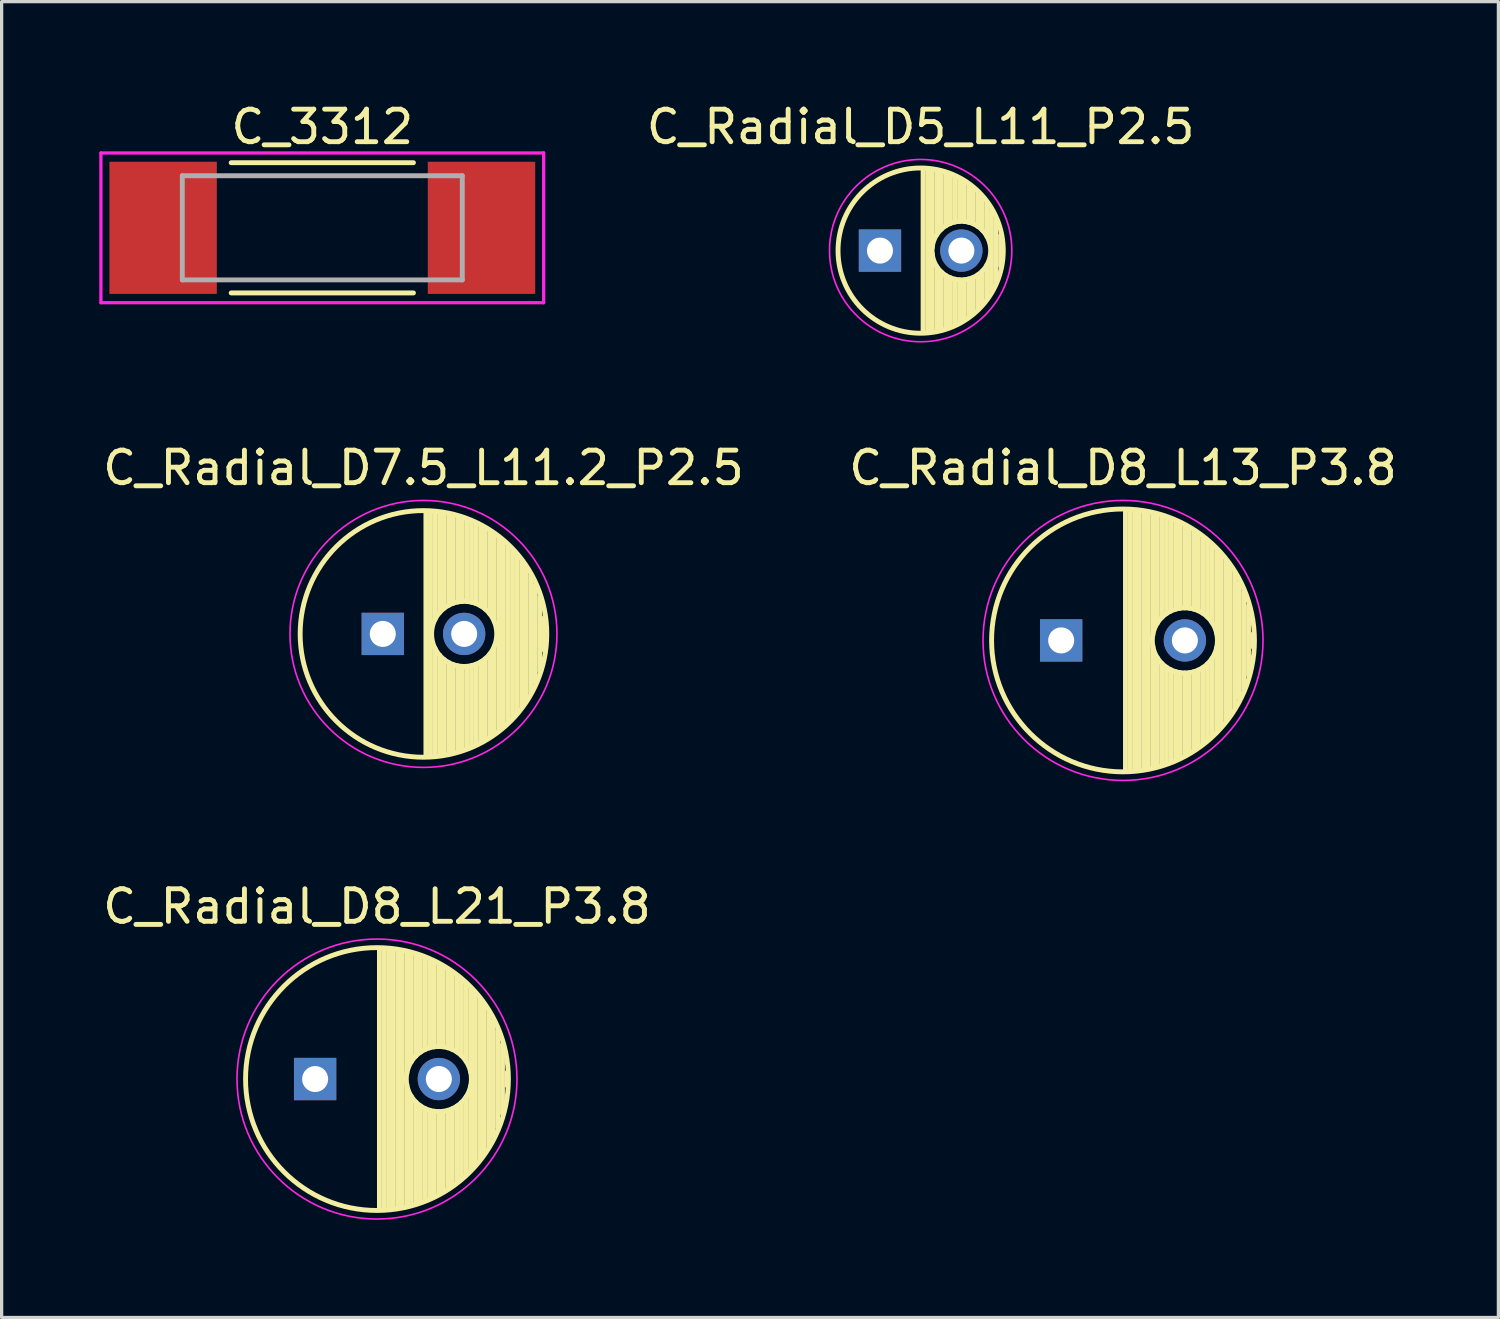
<source format=kicad_pcb>
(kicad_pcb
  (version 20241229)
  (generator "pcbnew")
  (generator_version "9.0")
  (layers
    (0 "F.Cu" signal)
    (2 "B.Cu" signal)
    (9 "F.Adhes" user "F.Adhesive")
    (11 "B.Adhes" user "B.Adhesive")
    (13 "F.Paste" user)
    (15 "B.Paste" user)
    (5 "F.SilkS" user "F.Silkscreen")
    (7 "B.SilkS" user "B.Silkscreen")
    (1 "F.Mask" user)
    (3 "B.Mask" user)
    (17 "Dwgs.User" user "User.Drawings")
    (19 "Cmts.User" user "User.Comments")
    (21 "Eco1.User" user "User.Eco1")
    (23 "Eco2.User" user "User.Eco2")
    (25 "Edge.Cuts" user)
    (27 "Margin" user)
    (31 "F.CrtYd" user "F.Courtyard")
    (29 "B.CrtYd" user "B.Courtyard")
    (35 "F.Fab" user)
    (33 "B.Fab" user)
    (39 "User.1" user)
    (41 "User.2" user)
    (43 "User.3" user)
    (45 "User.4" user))
  (footprint "C_Radial_D5_L11_P2.5"
    (layer "F.Cu")
    (at 23.98 4.648)
    (property "Reference" "C_Radial_D5_L11_P2.5" (at 1.25 -3.8 0) (layer "F.SilkS") (effects (font (size 1 1) (thickness 0.15))))
    (attr through_hole)
    (fp_line (start 1.325 -2.499) (end 1.325 2.499) (stroke (width 0.15) (type solid)) (layer "F.SilkS"))
    (fp_line (start 1.465 -2.491) (end 1.465 2.491) (stroke (width 0.15) (type solid)) (layer "F.SilkS"))
    (fp_line (start 1.605 -2.475) (end 1.605 -0.095) (stroke (width 0.15) (type solid)) (layer "F.SilkS"))
    (fp_line (start 1.605 0.095) (end 1.605 2.475) (stroke (width 0.15) (type solid)) (layer "F.SilkS"))
    (fp_line (start 1.745 -2.451) (end 1.745 -0.49) (stroke (width 0.15) (type solid)) (layer "F.SilkS"))
    (fp_line (start 1.745 0.49) (end 1.745 2.451) (stroke (width 0.15) (type solid)) (layer "F.SilkS"))
    (fp_line (start 1.885 -2.418) (end 1.885 -0.657) (stroke (width 0.15) (type solid)) (layer "F.SilkS"))
    (fp_line (start 1.885 0.657) (end 1.885 2.418) (stroke (width 0.15) (type solid)) (layer "F.SilkS"))
    (fp_line (start 2.025 -2.377) (end 2.025 -0.764) (stroke (width 0.15) (type solid)) (layer "F.SilkS"))
    (fp_line (start 2.025 0.764) (end 2.025 2.377) (stroke (width 0.15) (type solid)) (layer "F.SilkS"))
    (fp_line (start 2.165 -2.327) (end 2.165 -0.835) (stroke (width 0.15) (type solid)) (layer "F.SilkS"))
    (fp_line (start 2.165 0.835) (end 2.165 2.327) (stroke (width 0.15) (type solid)) (layer "F.SilkS"))
    (fp_line (start 2.305 -2.266) (end 2.305 -0.879) (stroke (width 0.15) (type solid)) (layer "F.SilkS"))
    (fp_line (start 2.305 0.879) (end 2.305 2.266) (stroke (width 0.15) (type solid)) (layer "F.SilkS"))
    (fp_line (start 2.445 -2.196) (end 2.445 -0.898) (stroke (width 0.15) (type solid)) (layer "F.SilkS"))
    (fp_line (start 2.445 0.898) (end 2.445 2.196) (stroke (width 0.15) (type solid)) (layer "F.SilkS"))
    (fp_line (start 2.585 -2.114) (end 2.585 -0.896) (stroke (width 0.15) (type solid)) (layer "F.SilkS"))
    (fp_line (start 2.585 0.896) (end 2.585 2.114) (stroke (width 0.15) (type solid)) (layer "F.SilkS"))
    (fp_line (start 2.725 -2.019) (end 2.725 -0.871) (stroke (width 0.15) (type solid)) (layer "F.SilkS"))
    (fp_line (start 2.725 0.871) (end 2.725 2.019) (stroke (width 0.15) (type solid)) (layer "F.SilkS"))
    (fp_line (start 2.865 -1.908) (end 2.865 -0.823) (stroke (width 0.15) (type solid)) (layer "F.SilkS"))
    (fp_line (start 2.865 0.823) (end 2.865 1.908) (stroke (width 0.15) (type solid)) (layer "F.SilkS"))
    (fp_line (start 3.005 -1.78) (end 3.005 -0.745) (stroke (width 0.15) (type solid)) (layer "F.SilkS"))
    (fp_line (start 3.005 0.745) (end 3.005 1.78) (stroke (width 0.15) (type solid)) (layer "F.SilkS"))
    (fp_line (start 3.145 -1.631) (end 3.145 -0.628) (stroke (width 0.15) (type solid)) (layer "F.SilkS"))
    (fp_line (start 3.145 0.628) (end 3.145 1.631) (stroke (width 0.15) (type solid)) (layer "F.SilkS"))
    (fp_line (start 3.285 -1.452) (end 3.285 -0.44) (stroke (width 0.15) (type solid)) (layer "F.SilkS"))
    (fp_line (start 3.285 0.44) (end 3.285 1.452) (stroke (width 0.15) (type solid)) (layer "F.SilkS"))
    (fp_line (start 3.425 -1.233) (end 3.425 1.233) (stroke (width 0.15) (type solid)) (layer "F.SilkS"))
    (fp_line (start 3.565 -0.944) (end 3.565 0.944) (stroke (width 0.15) (type solid)) (layer "F.SilkS"))
    (fp_line (start 3.705 -0.472) (end 3.705 0.472) (stroke (width 0.15) (type solid)) (layer "F.SilkS"))
    (fp_circle (center 1.25 0) (end 1.25 -2.538) (stroke (width 0.15) (type solid)) (fill no) (layer "F.SilkS"))
    (fp_circle (center 2.5 0) (end 2.5 -0.9) (stroke (width 0.15) (type solid)) (fill no) (layer "F.SilkS"))
    (fp_circle (center 1.25 0) (end 1.25 -2.8) (stroke (width 0.05) (type solid)) (fill no) (layer "F.CrtYd"))
    (pad "1" thru_hole rect (at 0 0) (size 1.3 1.3) (drill 0.8) (layers "*.Cu" "*.Mask"))
    (pad "2" thru_hole circle (at 2.5 0) (size 1.3 1.3) (drill 0.8) (layers "*.Cu" "*.Mask")))
  (footprint "C_Radial_D7.5_L11.2_P2.5"
    (layer "F.Cu")
    (at 8.708 16.422)
    (property "Reference" "C_Radial_D7.5_L11.2_P2.5" (at 1.25 -5.1 0) (layer "F.SilkS") (effects (font (size 1 1) (thickness 0.15))))
    (attr through_hole)
    (fp_line (start 1.325 -3.749) (end 1.325 3.749) (stroke (width 0.15) (type solid)) (layer "F.SilkS"))
    (fp_line (start 1.465 -3.744) (end 1.465 3.744) (stroke (width 0.15) (type solid)) (layer "F.SilkS"))
    (fp_line (start 1.605 -3.733) (end 1.605 -0.446) (stroke (width 0.15) (type solid)) (layer "F.SilkS"))
    (fp_line (start 1.605 0.446) (end 1.605 3.733) (stroke (width 0.15) (type solid)) (layer "F.SilkS"))
    (fp_line (start 1.745 -3.717) (end 1.745 -0.656) (stroke (width 0.15) (type solid)) (layer "F.SilkS"))
    (fp_line (start 1.745 0.656) (end 1.745 3.717) (stroke (width 0.15) (type solid)) (layer "F.SilkS"))
    (fp_line (start 1.885 -3.696) (end 1.885 -0.789) (stroke (width 0.15) (type solid)) (layer "F.SilkS"))
    (fp_line (start 1.885 0.789) (end 1.885 3.696) (stroke (width 0.15) (type solid)) (layer "F.SilkS"))
    (fp_line (start 2.025 -3.669) (end 2.025 -0.88) (stroke (width 0.15) (type solid)) (layer "F.SilkS"))
    (fp_line (start 2.025 0.88) (end 2.025 3.669) (stroke (width 0.15) (type solid)) (layer "F.SilkS"))
    (fp_line (start 2.165 -3.637) (end 2.165 -0.942) (stroke (width 0.15) (type solid)) (layer "F.SilkS"))
    (fp_line (start 2.165 0.942) (end 2.165 3.637) (stroke (width 0.15) (type solid)) (layer "F.SilkS"))
    (fp_line (start 2.305 -3.599) (end 2.305 -0.981) (stroke (width 0.15) (type solid)) (layer "F.SilkS"))
    (fp_line (start 2.305 0.981) (end 2.305 3.599) (stroke (width 0.15) (type solid)) (layer "F.SilkS"))
    (fp_line (start 2.445 -3.555) (end 2.445 -0.998) (stroke (width 0.15) (type solid)) (layer "F.SilkS"))
    (fp_line (start 2.445 0.998) (end 2.445 3.555) (stroke (width 0.15) (type solid)) (layer "F.SilkS"))
    (fp_line (start 2.585 -3.504) (end 2.585 -0.996) (stroke (width 0.15) (type solid)) (layer "F.SilkS"))
    (fp_line (start 2.585 0.996) (end 2.585 3.504) (stroke (width 0.15) (type solid)) (layer "F.SilkS"))
    (fp_line (start 2.725 -3.448) (end 2.725 -0.974) (stroke (width 0.15) (type solid)) (layer "F.SilkS"))
    (fp_line (start 2.725 0.974) (end 2.725 3.448) (stroke (width 0.15) (type solid)) (layer "F.SilkS"))
    (fp_line (start 2.865 -3.384) (end 2.865 -0.931) (stroke (width 0.15) (type solid)) (layer "F.SilkS"))
    (fp_line (start 2.865 0.931) (end 2.865 3.384) (stroke (width 0.15) (type solid)) (layer "F.SilkS"))
    (fp_line (start 3.005 -3.314) (end 3.005 -0.863) (stroke (width 0.15) (type solid)) (layer "F.SilkS"))
    (fp_line (start 3.005 0.863) (end 3.005 3.314) (stroke (width 0.15) (type solid)) (layer "F.SilkS"))
    (fp_line (start 3.145 -3.236) (end 3.145 -0.764) (stroke (width 0.15) (type solid)) (layer "F.SilkS"))
    (fp_line (start 3.145 0.764) (end 3.145 3.236) (stroke (width 0.15) (type solid)) (layer "F.SilkS"))
    (fp_line (start 3.285 -3.15) (end 3.285 -0.619) (stroke (width 0.15) (type solid)) (layer "F.SilkS"))
    (fp_line (start 3.285 0.619) (end 3.285 3.15) (stroke (width 0.15) (type solid)) (layer "F.SilkS"))
    (fp_line (start 3.425 -3.055) (end 3.425 -0.38) (stroke (width 0.15) (type solid)) (layer "F.SilkS"))
    (fp_line (start 3.425 0.38) (end 3.425 3.055) (stroke (width 0.15) (type solid)) (layer "F.SilkS"))
    (fp_line (start 3.565 -2.95) (end 3.565 2.95) (stroke (width 0.15) (type solid)) (layer "F.SilkS"))
    (fp_line (start 3.705 -2.835) (end 3.705 2.835) (stroke (width 0.15) (type solid)) (layer "F.SilkS"))
    (fp_line (start 3.845 -2.707) (end 3.845 2.707) (stroke (width 0.15) (type solid)) (layer "F.SilkS"))
    (fp_line (start 3.985 -2.566) (end 3.985 2.566) (stroke (width 0.15) (type solid)) (layer "F.SilkS"))
    (fp_line (start 4.125 -2.408) (end 4.125 2.408) (stroke (width 0.15) (type solid)) (layer "F.SilkS"))
    (fp_line (start 4.265 -2.23) (end 4.265 2.23) (stroke (width 0.15) (type solid)) (layer "F.SilkS"))
    (fp_line (start 4.405 -2.027) (end 4.405 2.027) (stroke (width 0.15) (type solid)) (layer "F.SilkS"))
    (fp_line (start 4.545 -1.79) (end 4.545 1.79) (stroke (width 0.15) (type solid)) (layer "F.SilkS"))
    (fp_line (start 4.685 -1.504) (end 4.685 1.504) (stroke (width 0.15) (type solid)) (layer "F.SilkS"))
    (fp_line (start 4.825 -1.132) (end 4.825 1.132) (stroke (width 0.15) (type solid)) (layer "F.SilkS"))
    (fp_line (start 4.965 -0.511) (end 4.965 0.511) (stroke (width 0.15) (type solid)) (layer "F.SilkS"))
    (fp_circle (center 1.25 0) (end 1.25 -3.788) (stroke (width 0.15) (type solid)) (fill no) (layer "F.SilkS"))
    (fp_circle (center 2.5 0) (end 2.5 -1) (stroke (width 0.15) (type solid)) (fill no) (layer "F.SilkS"))
    (fp_circle (center 1.25 0) (end 1.25 -4.1) (stroke (width 0.05) (type solid)) (fill no) (layer "F.CrtYd"))
    (pad "1" thru_hole rect (at 0 0) (size 1.3 1.3) (drill 0.8) (layers "*.Cu" "*.Mask"))
    (pad "2" thru_hole circle (at 2.5 0) (size 1.3 1.3) (drill 0.8) (layers "*.Cu" "*.Mask")))
  (footprint "C_3312"
    (layer "F.Cu")
    (at 6.85 3.948)
    (property "Reference" "C_3312" (at 0 -3.1 0) (layer "F.SilkS") (effects (font (size 1 1) (thickness 0.15))))
    (attr through_hole)
    (fp_line (start -2.8 -2) (end 2.8 -2) (stroke (width 0.15) (type solid)) (layer "F.SilkS"))
    (fp_line (start -2.8 2) (end 2.8 2) (stroke (width 0.15) (type solid)) (layer "F.SilkS"))
    (fp_line (start -6.8 -2.3) (end 6.8 -2.3) (stroke (width 0.1) (type solid)) (layer "F.CrtYd"))
    (fp_line (start -6.8 2.3) (end -6.8 -2.3) (stroke (width 0.1) (type solid)) (layer "F.CrtYd"))
    (fp_line (start 6.8 -2.3) (end 6.8 2.3) (stroke (width 0.1) (type solid)) (layer "F.CrtYd"))
    (fp_line (start 6.8 2.3) (end -6.8 2.3) (stroke (width 0.1) (type solid)) (layer "F.CrtYd"))
    (fp_line (start -4.3 -1.6) (end 4.3 -1.6) (stroke (width 0.15) (type solid)) (layer "F.Fab"))
    (fp_line (start -4.3 1.6) (end -4.3 -1.6) (stroke (width 0.15) (type solid)) (layer "F.Fab"))
    (fp_line (start 4.3 -1.6) (end 4.3 1.6) (stroke (width 0.15) (type solid)) (layer "F.Fab"))
    (fp_line (start 4.3 1.6) (end -4.3 1.6) (stroke (width 0.15) (type solid)) (layer "F.Fab"))
    (pad "1" smd rect (at -4.89 0) (size 3.3 4.06) (layers "F.Cu" "F.Mask" "F.Paste"))
    (pad "2" smd rect (at 4.89 0) (size 3.3 4.06) (layers "F.Cu" "F.Mask" "F.Paste")))
  (footprint "C_Radial_D8_L13_P3.8"
    (layer "F.Cu")
    (at 29.546 16.622)
    (property "Reference" "C_Radial_D8_L13_P3.8" (at 1.9 -5.3 0) (layer "F.SilkS") (effects (font (size 1 1) (thickness 0.15))))
    (attr through_hole)
    (fp_line (start 1.975 -3.999) (end 1.975 3.999) (stroke (width 0.15) (type solid)) (layer "F.SilkS"))
    (fp_line (start 2.115 -3.994) (end 2.115 3.994) (stroke (width 0.15) (type solid)) (layer "F.SilkS"))
    (fp_line (start 2.255 -3.984) (end 2.255 3.984) (stroke (width 0.15) (type solid)) (layer "F.SilkS"))
    (fp_line (start 2.395 -3.969) (end 2.395 3.969) (stroke (width 0.15) (type solid)) (layer "F.SilkS"))
    (fp_line (start 2.535 -3.949) (end 2.535 3.949) (stroke (width 0.15) (type solid)) (layer "F.SilkS"))
    (fp_line (start 2.675 -3.924) (end 2.675 3.924) (stroke (width 0.15) (type solid)) (layer "F.SilkS"))
    (fp_line (start 2.815 -3.894) (end 2.815 -0.173) (stroke (width 0.15) (type solid)) (layer "F.SilkS"))
    (fp_line (start 2.815 0.173) (end 2.815 3.894) (stroke (width 0.15) (type solid)) (layer "F.SilkS"))
    (fp_line (start 2.955 -3.858) (end 2.955 -0.535) (stroke (width 0.15) (type solid)) (layer "F.SilkS"))
    (fp_line (start 2.955 0.535) (end 2.955 3.858) (stroke (width 0.15) (type solid)) (layer "F.SilkS"))
    (fp_line (start 3.095 -3.817) (end 3.095 -0.709) (stroke (width 0.15) (type solid)) (layer "F.SilkS"))
    (fp_line (start 3.095 0.709) (end 3.095 3.817) (stroke (width 0.15) (type solid)) (layer "F.SilkS"))
    (fp_line (start 3.235 -3.771) (end 3.235 -0.825) (stroke (width 0.15) (type solid)) (layer "F.SilkS"))
    (fp_line (start 3.235 0.825) (end 3.235 3.771) (stroke (width 0.15) (type solid)) (layer "F.SilkS"))
    (fp_line (start 3.375 -3.718) (end 3.375 -0.905) (stroke (width 0.15) (type solid)) (layer "F.SilkS"))
    (fp_line (start 3.375 0.905) (end 3.375 3.718) (stroke (width 0.15) (type solid)) (layer "F.SilkS"))
    (fp_line (start 3.515 -3.659) (end 3.515 -0.959) (stroke (width 0.15) (type solid)) (layer "F.SilkS"))
    (fp_line (start 3.515 0.959) (end 3.515 3.659) (stroke (width 0.15) (type solid)) (layer "F.SilkS"))
    (fp_line (start 3.655 -3.594) (end 3.655 -0.989) (stroke (width 0.15) (type solid)) (layer "F.SilkS"))
    (fp_line (start 3.655 0.989) (end 3.655 3.594) (stroke (width 0.15) (type solid)) (layer "F.SilkS"))
    (fp_line (start 3.795 -3.523) (end 3.795 -1) (stroke (width 0.15) (type solid)) (layer "F.SilkS"))
    (fp_line (start 3.795 1) (end 3.795 3.523) (stroke (width 0.15) (type solid)) (layer "F.SilkS"))
    (fp_line (start 3.935 -3.444) (end 3.935 -0.991) (stroke (width 0.15) (type solid)) (layer "F.SilkS"))
    (fp_line (start 3.935 0.991) (end 3.935 3.444) (stroke (width 0.15) (type solid)) (layer "F.SilkS"))
    (fp_line (start 4.075 -3.357) (end 4.075 -0.961) (stroke (width 0.15) (type solid)) (layer "F.SilkS"))
    (fp_line (start 4.075 0.961) (end 4.075 3.357) (stroke (width 0.15) (type solid)) (layer "F.SilkS"))
    (fp_line (start 4.215 -3.262) (end 4.215 -0.91) (stroke (width 0.15) (type solid)) (layer "F.SilkS"))
    (fp_line (start 4.215 0.91) (end 4.215 3.262) (stroke (width 0.15) (type solid)) (layer "F.SilkS"))
    (fp_line (start 4.355 -3.158) (end 4.355 -0.832) (stroke (width 0.15) (type solid)) (layer "F.SilkS"))
    (fp_line (start 4.355 0.832) (end 4.355 3.158) (stroke (width 0.15) (type solid)) (layer "F.SilkS"))
    (fp_line (start 4.495 -3.044) (end 4.495 -0.719) (stroke (width 0.15) (type solid)) (layer "F.SilkS"))
    (fp_line (start 4.495 0.719) (end 4.495 3.044) (stroke (width 0.15) (type solid)) (layer "F.SilkS"))
    (fp_line (start 4.635 -2.919) (end 4.635 -0.55) (stroke (width 0.15) (type solid)) (layer "F.SilkS"))
    (fp_line (start 4.635 0.55) (end 4.635 2.919) (stroke (width 0.15) (type solid)) (layer "F.SilkS"))
    (fp_line (start 4.775 -2.781) (end 4.775 -0.222) (stroke (width 0.15) (type solid)) (layer "F.SilkS"))
    (fp_line (start 4.775 0.222) (end 4.775 2.781) (stroke (width 0.15) (type solid)) (layer "F.SilkS"))
    (fp_line (start 4.915 -2.629) (end 4.915 2.629) (stroke (width 0.15) (type solid)) (layer "F.SilkS"))
    (fp_line (start 5.055 -2.459) (end 5.055 2.459) (stroke (width 0.15) (type solid)) (layer "F.SilkS"))
    (fp_line (start 5.195 -2.268) (end 5.195 2.268) (stroke (width 0.15) (type solid)) (layer "F.SilkS"))
    (fp_line (start 5.335 -2.05) (end 5.335 2.05) (stroke (width 0.15) (type solid)) (layer "F.SilkS"))
    (fp_line (start 5.475 -1.794) (end 5.475 1.794) (stroke (width 0.15) (type solid)) (layer "F.SilkS"))
    (fp_line (start 5.615 -1.483) (end 5.615 1.483) (stroke (width 0.15) (type solid)) (layer "F.SilkS"))
    (fp_line (start 5.755 -1.067) (end 5.755 1.067) (stroke (width 0.15) (type solid)) (layer "F.SilkS"))
    (fp_line (start 5.895 -0.2) (end 5.895 0.2) (stroke (width 0.15) (type solid)) (layer "F.SilkS"))
    (fp_circle (center 1.9 0) (end 1.9 -4.037) (stroke (width 0.15) (type solid)) (fill no) (layer "F.SilkS"))
    (fp_circle (center 3.8 0) (end 3.8 -1) (stroke (width 0.15) (type solid)) (fill no) (layer "F.SilkS"))
    (fp_circle (center 1.9 0) (end 1.9 -4.3) (stroke (width 0.05) (type solid)) (fill no) (layer "F.CrtYd"))
    (pad "1" thru_hole rect (at 0 0) (size 1.3 1.3) (drill 0.8) (layers "*.Cu" "*.Mask"))
    (pad "2" thru_hole circle (at 3.8 0) (size 1.3 1.3) (drill 0.8) (layers "*.Cu" "*.Mask")))
  (footprint "C_Radial_D8_L21_P3.8"
    (layer "F.Cu")
    (at 6.63 30.095)
    (property "Reference" "C_Radial_D8_L21_P3.8" (at 1.9 -5.3 0) (layer "F.SilkS") (effects (font (size 1 1) (thickness 0.15))))
    (attr through_hole)
    (fp_line (start 1.975 -3.999) (end 1.975 3.999) (stroke (width 0.15) (type solid)) (layer "F.SilkS"))
    (fp_line (start 2.115 -3.994) (end 2.115 3.994) (stroke (width 0.15) (type solid)) (layer "F.SilkS"))
    (fp_line (start 2.255 -3.984) (end 2.255 3.984) (stroke (width 0.15) (type solid)) (layer "F.SilkS"))
    (fp_line (start 2.395 -3.969) (end 2.395 3.969) (stroke (width 0.15) (type solid)) (layer "F.SilkS"))
    (fp_line (start 2.535 -3.949) (end 2.535 3.949) (stroke (width 0.15) (type solid)) (layer "F.SilkS"))
    (fp_line (start 2.675 -3.924) (end 2.675 3.924) (stroke (width 0.15) (type solid)) (layer "F.SilkS"))
    (fp_line (start 2.815 -3.894) (end 2.815 -0.173) (stroke (width 0.15) (type solid)) (layer "F.SilkS"))
    (fp_line (start 2.815 0.173) (end 2.815 3.894) (stroke (width 0.15) (type solid)) (layer "F.SilkS"))
    (fp_line (start 2.955 -3.858) (end 2.955 -0.535) (stroke (width 0.15) (type solid)) (layer "F.SilkS"))
    (fp_line (start 2.955 0.535) (end 2.955 3.858) (stroke (width 0.15) (type solid)) (layer "F.SilkS"))
    (fp_line (start 3.095 -3.817) (end 3.095 -0.709) (stroke (width 0.15) (type solid)) (layer "F.SilkS"))
    (fp_line (start 3.095 0.709) (end 3.095 3.817) (stroke (width 0.15) (type solid)) (layer "F.SilkS"))
    (fp_line (start 3.235 -3.771) (end 3.235 -0.825) (stroke (width 0.15) (type solid)) (layer "F.SilkS"))
    (fp_line (start 3.235 0.825) (end 3.235 3.771) (stroke (width 0.15) (type solid)) (layer "F.SilkS"))
    (fp_line (start 3.375 -3.718) (end 3.375 -0.905) (stroke (width 0.15) (type solid)) (layer "F.SilkS"))
    (fp_line (start 3.375 0.905) (end 3.375 3.718) (stroke (width 0.15) (type solid)) (layer "F.SilkS"))
    (fp_line (start 3.515 -3.659) (end 3.515 -0.959) (stroke (width 0.15) (type solid)) (layer "F.SilkS"))
    (fp_line (start 3.515 0.959) (end 3.515 3.659) (stroke (width 0.15) (type solid)) (layer "F.SilkS"))
    (fp_line (start 3.655 -3.594) (end 3.655 -0.989) (stroke (width 0.15) (type solid)) (layer "F.SilkS"))
    (fp_line (start 3.655 0.989) (end 3.655 3.594) (stroke (width 0.15) (type solid)) (layer "F.SilkS"))
    (fp_line (start 3.795 -3.523) (end 3.795 -1) (stroke (width 0.15) (type solid)) (layer "F.SilkS"))
    (fp_line (start 3.795 1) (end 3.795 3.523) (stroke (width 0.15) (type solid)) (layer "F.SilkS"))
    (fp_line (start 3.935 -3.444) (end 3.935 -0.991) (stroke (width 0.15) (type solid)) (layer "F.SilkS"))
    (fp_line (start 3.935 0.991) (end 3.935 3.444) (stroke (width 0.15) (type solid)) (layer "F.SilkS"))
    (fp_line (start 4.075 -3.357) (end 4.075 -0.961) (stroke (width 0.15) (type solid)) (layer "F.SilkS"))
    (fp_line (start 4.075 0.961) (end 4.075 3.357) (stroke (width 0.15) (type solid)) (layer "F.SilkS"))
    (fp_line (start 4.215 -3.262) (end 4.215 -0.91) (stroke (width 0.15) (type solid)) (layer "F.SilkS"))
    (fp_line (start 4.215 0.91) (end 4.215 3.262) (stroke (width 0.15) (type solid)) (layer "F.SilkS"))
    (fp_line (start 4.355 -3.158) (end 4.355 -0.832) (stroke (width 0.15) (type solid)) (layer "F.SilkS"))
    (fp_line (start 4.355 0.832) (end 4.355 3.158) (stroke (width 0.15) (type solid)) (layer "F.SilkS"))
    (fp_line (start 4.495 -3.044) (end 4.495 -0.719) (stroke (width 0.15) (type solid)) (layer "F.SilkS"))
    (fp_line (start 4.495 0.719) (end 4.495 3.044) (stroke (width 0.15) (type solid)) (layer "F.SilkS"))
    (fp_line (start 4.635 -2.919) (end 4.635 -0.55) (stroke (width 0.15) (type solid)) (layer "F.SilkS"))
    (fp_line (start 4.635 0.55) (end 4.635 2.919) (stroke (width 0.15) (type solid)) (layer "F.SilkS"))
    (fp_line (start 4.775 -2.781) (end 4.775 -0.222) (stroke (width 0.15) (type solid)) (layer "F.SilkS"))
    (fp_line (start 4.775 0.222) (end 4.775 2.781) (stroke (width 0.15) (type solid)) (layer "F.SilkS"))
    (fp_line (start 4.915 -2.629) (end 4.915 2.629) (stroke (width 0.15) (type solid)) (layer "F.SilkS"))
    (fp_line (start 5.055 -2.459) (end 5.055 2.459) (stroke (width 0.15) (type solid)) (layer "F.SilkS"))
    (fp_line (start 5.195 -2.268) (end 5.195 2.268) (stroke (width 0.15) (type solid)) (layer "F.SilkS"))
    (fp_line (start 5.335 -2.05) (end 5.335 2.05) (stroke (width 0.15) (type solid)) (layer "F.SilkS"))
    (fp_line (start 5.475 -1.794) (end 5.475 1.794) (stroke (width 0.15) (type solid)) (layer "F.SilkS"))
    (fp_line (start 5.615 -1.483) (end 5.615 1.483) (stroke (width 0.15) (type solid)) (layer "F.SilkS"))
    (fp_line (start 5.755 -1.067) (end 5.755 1.067) (stroke (width 0.15) (type solid)) (layer "F.SilkS"))
    (fp_line (start 5.895 -0.2) (end 5.895 0.2) (stroke (width 0.15) (type solid)) (layer "F.SilkS"))
    (fp_circle (center 1.9 0) (end 1.9 -4.037) (stroke (width 0.15) (type solid)) (fill no) (layer "F.SilkS"))
    (fp_circle (center 3.8 0) (end 3.8 -1) (stroke (width 0.15) (type solid)) (fill no) (layer "F.SilkS"))
    (fp_circle (center 1.9 0) (end 1.9 -4.3) (stroke (width 0.05) (type solid)) (fill no) (layer "F.CrtYd"))
    (pad "1" thru_hole rect (at 0 0) (size 1.3 1.3) (drill 0.8) (layers "*.Cu" "*.Mask"))
    (pad "2" thru_hole circle (at 3.8 0) (size 1.3 1.3) (drill 0.8) (layers "*.Cu" "*.Mask")))
  (gr_rect
    (start -3 -3)
    (end 42.976 37.42)
    (stroke (width 0.1) (type default))
    (fill no)
    (layer "Edge.Cuts")))
</source>
